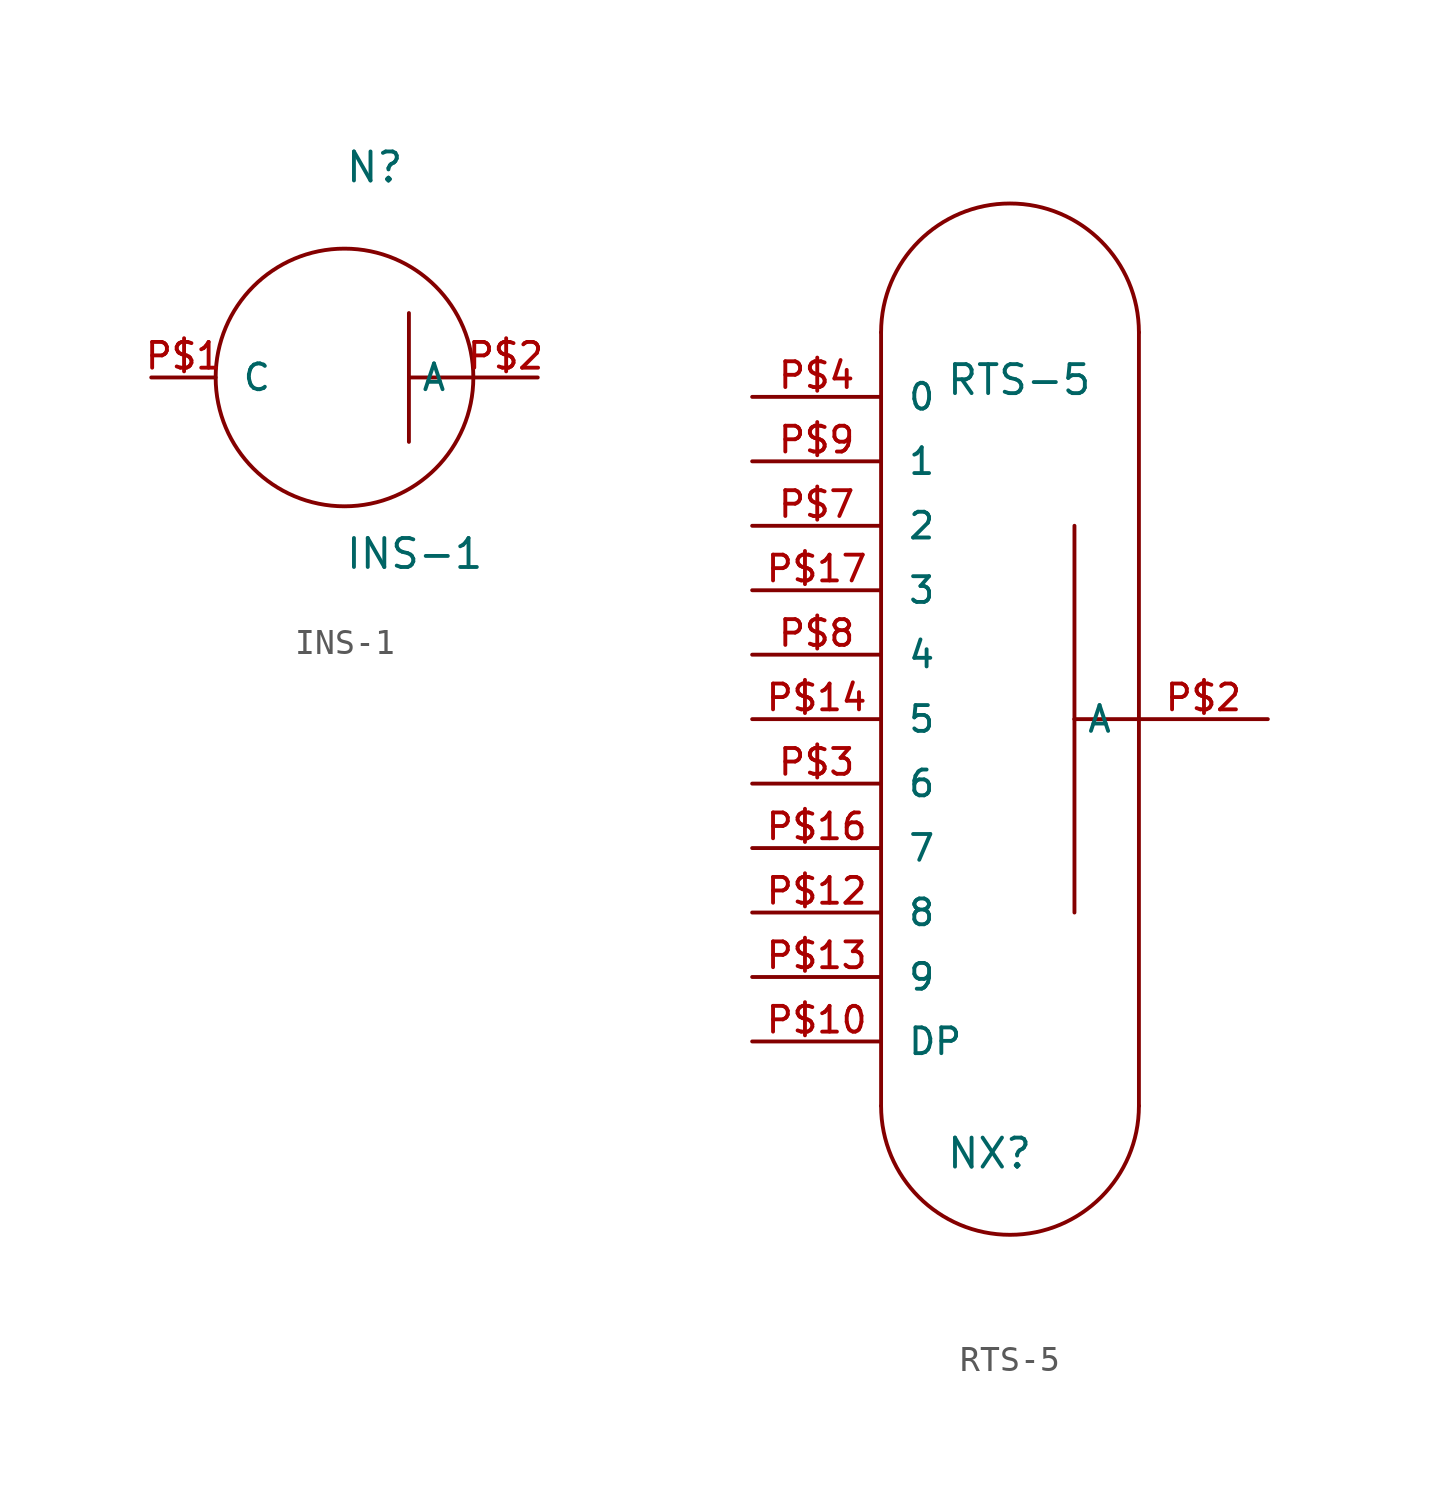
<source format=kicad_sym>
(kicad_symbol_lib
  (version 20211014)
  (generator kicad_symbol_editor)
  (symbol "INS-1"
    (pin_names
      (offset 1.016))
    (property "Reference" "N"
      (at 0 7.62 0)
      (effects (font (size 1.143 1.143)) (justify left bottom)))
    (property "Value" "INS-1"
      (at 0 -7.62 0)
      (effects (font (size 1.143 1.143)) (justify left bottom)))
    (symbol "INS-1_1_0"
      (polyline (pts (xy 2.54 -2.54) (xy 2.54 0)) (stroke (width 0) (type default) (color 0 0 0 0)) (fill (type none)))
      (polyline (pts (xy 2.54 0) (xy 2.54 2.54)) (stroke (width 0) (type default) (color 0 0 0 0)) (fill (type none)))
      (polyline (pts (xy 2.54 0) (xy 5.08 0)) (stroke (width 0) (type default) (color 0 0 0 0)) (fill (type none))))
    (symbol "INS-1_1_1"
      (circle (center 0 0) (radius 5.08) (stroke (width 0) (type default) (color 0 0 0 0)) (fill (type none)))
      (pin passive line (at -7.62 0 0) (length 2.54) (name "C" (effects (font (size 1.016 1.016)))) (number "P$1" (effects (font (size 1.016 1.016)))))
      (pin passive line (at 7.62 0 180) (length 2.54) (name "A" (effects (font (size 1.016 1.016)))) (number "P$2" (effects (font (size 1.016 1.016)))))))
  (symbol "RTS-5"
    (pin_names
      (offset 1.016))
    (property "Reference" "NX"
      (at -2.54 -15.24 0)
      (effects (font (size 1.143 1.143)) (justify left bottom)))
    (property "Value" "RTS-5"
      (at -2.54 15.24 0)
      (effects (font (size 1.143 1.143)) (justify left bottom)))
    (property "ki_locked" ""
      (at 0 0 0)
      (effects (font (size 1.27 1.27))))
    (symbol "RTS-5_1_0"
      (polyline (pts (xy -5.08 17.78) (xy -5.08 -12.7)) (stroke (width 0) (type default) (color 0 0 0 0)) (fill (type none)))
      (polyline (pts (xy 2.54 -5.08) (xy 2.54 2.54)) (stroke (width 0) (type default) (color 0 0 0 0)) (fill (type none)))
      (polyline (pts (xy 2.54 2.54) (xy 2.54 10.16)) (stroke (width 0) (type default) (color 0 0 0 0)) (fill (type none)))
      (polyline (pts (xy 5.08 2.54) (xy 2.54 2.54)) (stroke (width 0) (type default) (color 0 0 0 0)) (fill (type none)))
      (polyline (pts (xy 5.08 2.54) (xy 5.08 -12.7)) (stroke (width 0) (type default) (color 0 0 0 0)) (fill (type none)))
      (polyline (pts (xy 5.08 17.78) (xy 5.08 2.54)) (stroke (width 0) (type default) (color 0 0 0 0)) (fill (type none))))
    (symbol "RTS-5_1_1"
      (arc (start -5.08 -12.7) (mid 0 -17.78) (end 5.08 -12.7) (stroke (width 0) (type default) (color 0 0 0 0)) (fill (type none)))
      (arc (start 5.08 17.78) (mid 0 22.86) (end -5.08 17.78) (stroke (width 0) (type default) (color 0 0 0 0)) (fill (type none)))
      (pin passive line (at -10.16 -10.16 0) (length 5.08) (name "DP" (effects (font (size 1.016 1.016)))) (number "P$10" (effects (font (size 1.016 1.016)))))
      (pin passive line (at -10.16 -5.08 0) (length 5.08) (name "8" (effects (font (size 1.016 1.016)))) (number "P$12" (effects (font (size 1.016 1.016)))))
      (pin passive line (at -10.16 -7.62 0) (length 5.08) (name "9" (effects (font (size 1.016 1.016)))) (number "P$13" (effects (font (size 1.016 1.016)))))
      (pin passive line (at -10.16 2.54 0) (length 5.08) (name "5" (effects (font (size 1.016 1.016)))) (number "P$14" (effects (font (size 1.016 1.016)))))
      (pin passive line (at -10.16 -2.54 0) (length 5.08) (name "7" (effects (font (size 1.016 1.016)))) (number "P$16" (effects (font (size 1.016 1.016)))))
      (pin passive line (at -10.16 7.62 0) (length 5.08) (name "3" (effects (font (size 1.016 1.016)))) (number "P$17" (effects (font (size 1.016 1.016)))))
      (pin passive line (at 10.16 2.54 180) (length 5.08) (name "A" (effects (font (size 1.016 1.016)))) (number "P$2" (effects (font (size 1.016 1.016)))))
      (pin passive line (at -10.16 0 0) (length 5.08) (name "6" (effects (font (size 1.016 1.016)))) (number "P$3" (effects (font (size 1.016 1.016)))))
      (pin passive line (at -10.16 15.24 0) (length 5.08) (name "0" (effects (font (size 1.016 1.016)))) (number "P$4" (effects (font (size 1.016 1.016)))))
      (pin passive line (at -10.16 10.16 0) (length 5.08) (name "2" (effects (font (size 1.016 1.016)))) (number "P$7" (effects (font (size 1.016 1.016)))))
      (pin passive line (at -10.16 5.08 0) (length 5.08) (name "4" (effects (font (size 1.016 1.016)))) (number "P$8" (effects (font (size 1.016 1.016)))))
      (pin passive line (at -10.16 12.7 0) (length 5.08) (name "1" (effects (font (size 1.016 1.016)))) (number "P$9" (effects (font (size 1.016 1.016))))))))
</source>
